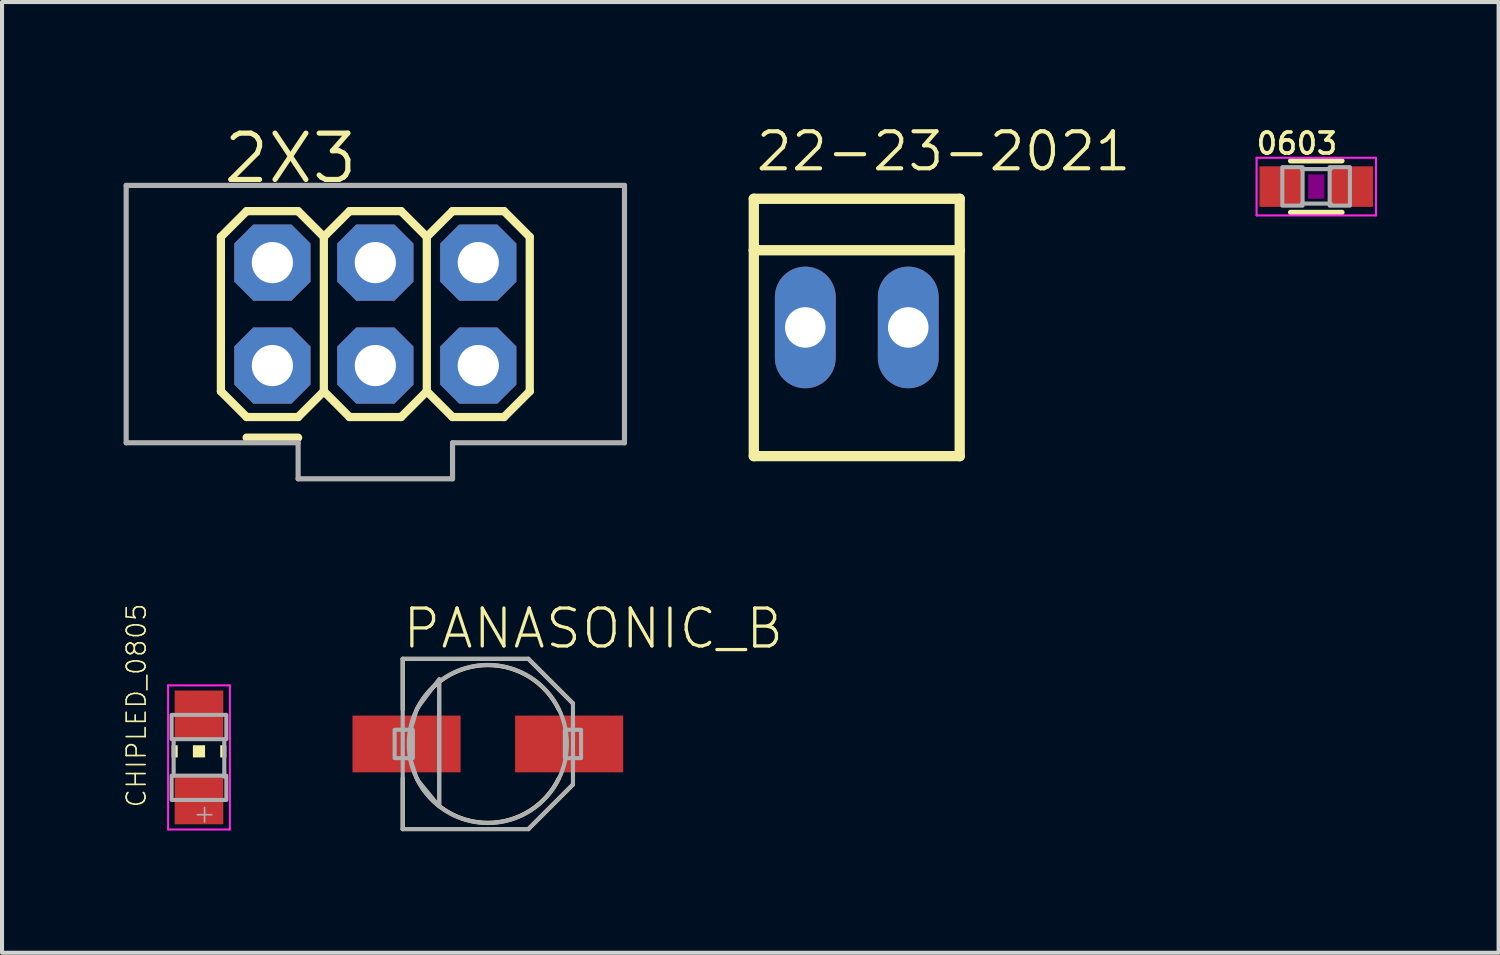
<source format=kicad_pcb>
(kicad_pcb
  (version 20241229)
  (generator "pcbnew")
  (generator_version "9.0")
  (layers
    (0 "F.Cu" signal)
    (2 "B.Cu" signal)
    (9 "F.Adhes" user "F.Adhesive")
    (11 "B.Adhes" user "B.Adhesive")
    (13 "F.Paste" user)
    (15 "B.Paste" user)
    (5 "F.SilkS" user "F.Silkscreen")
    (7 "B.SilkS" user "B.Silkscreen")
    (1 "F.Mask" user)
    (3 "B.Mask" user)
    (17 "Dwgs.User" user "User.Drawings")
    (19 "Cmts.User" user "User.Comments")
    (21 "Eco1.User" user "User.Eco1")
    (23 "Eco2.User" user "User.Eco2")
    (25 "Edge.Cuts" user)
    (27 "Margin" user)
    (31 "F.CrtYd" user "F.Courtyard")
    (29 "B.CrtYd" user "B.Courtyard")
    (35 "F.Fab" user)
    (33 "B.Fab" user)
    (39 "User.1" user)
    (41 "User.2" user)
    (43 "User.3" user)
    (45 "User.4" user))
  (footprint "2X3"
    (layer "F.Cu")
    (at 6.21 5.969)
    (property "Reference" "2X3" (at -3.81 -4.445 0) (layer "F.SilkS") (effects (font (size 1.143 1.143) (thickness 0.127)) (justify left bottom)))
    (fp_line (start -3.81 -3.175) (end -3.175 -3.81) (stroke (width 0.203) (type solid)) (layer "F.SilkS"))
    (fp_line (start -3.81 0.635) (end -3.81 -3.175) (stroke (width 0.203) (type solid)) (layer "F.SilkS"))
    (fp_line (start -3.81 0.635) (end -3.175 1.27) (stroke (width 0.203) (type solid)) (layer "F.SilkS"))
    (fp_line (start -3.175 -3.81) (end -1.905 -3.81) (stroke (width 0.203) (type solid)) (layer "F.SilkS"))
    (fp_line (start -3.175 1.27) (end -1.905 1.27) (stroke (width 0.203) (type solid)) (layer "F.SilkS"))
    (fp_line (start -1.905 -3.81) (end -1.27 -3.175) (stroke (width 0.203) (type solid)) (layer "F.SilkS"))
    (fp_line (start -1.905 1.27) (end -1.27 0.635) (stroke (width 0.203) (type solid)) (layer "F.SilkS"))
    (fp_line (start -1.905 1.778) (end -3.175 1.778) (stroke (width 0.203) (type solid)) (layer "F.SilkS"))
    (fp_line (start -1.27 -3.175) (end -1.27 0.635) (stroke (width 0.203) (type solid)) (layer "F.SilkS"))
    (fp_line (start -1.27 -3.175) (end -0.635 -3.81) (stroke (width 0.203) (type solid)) (layer "F.SilkS"))
    (fp_line (start -1.27 0.635) (end -0.635 1.27) (stroke (width 0.203) (type solid)) (layer "F.SilkS"))
    (fp_line (start -0.635 -3.81) (end 0.635 -3.81) (stroke (width 0.203) (type solid)) (layer "F.SilkS"))
    (fp_line (start -0.635 1.27) (end 0.635 1.27) (stroke (width 0.203) (type solid)) (layer "F.SilkS"))
    (fp_line (start 0.635 -3.81) (end 1.27 -3.175) (stroke (width 0.203) (type solid)) (layer "F.SilkS"))
    (fp_line (start 0.635 1.27) (end 1.27 0.635) (stroke (width 0.203) (type solid)) (layer "F.SilkS"))
    (fp_line (start 1.27 -3.175) (end 1.27 0.635) (stroke (width 0.203) (type solid)) (layer "F.SilkS"))
    (fp_line (start 1.27 -3.175) (end 1.905 -3.81) (stroke (width 0.203) (type solid)) (layer "F.SilkS"))
    (fp_line (start 1.27 0.635) (end 1.905 1.27) (stroke (width 0.203) (type solid)) (layer "F.SilkS"))
    (fp_line (start 1.905 -3.81) (end 3.175 -3.81) (stroke (width 0.203) (type solid)) (layer "F.SilkS"))
    (fp_line (start 1.905 1.27) (end 3.175 1.27) (stroke (width 0.203) (type solid)) (layer "F.SilkS"))
    (fp_line (start 3.175 -3.81) (end 3.81 -3.175) (stroke (width 0.203) (type solid)) (layer "F.SilkS"))
    (fp_line (start 3.175 1.27) (end 3.81 0.635) (stroke (width 0.203) (type solid)) (layer "F.SilkS"))
    (fp_line (start 3.81 -3.175) (end 3.81 0.635) (stroke (width 0.203) (type solid)) (layer "F.SilkS"))
    (fp_line (start -6.147 -4.445) (end 6.147 -4.445) (stroke (width 0.127) (type solid)) (layer "F.Fab"))
    (fp_line (start -6.147 1.905) (end -6.147 -4.445) (stroke (width 0.127) (type solid)) (layer "F.Fab"))
    (fp_line (start -1.905 1.905) (end -6.147 1.905) (stroke (width 0.127) (type solid)) (layer "F.Fab"))
    (fp_line (start -1.905 1.905) (end -1.905 2.794) (stroke (width 0.127) (type solid)) (layer "F.Fab"))
    (fp_line (start -1.905 2.794) (end 1.905 2.794) (stroke (width 0.127) (type solid)) (layer "F.Fab"))
    (fp_line (start 1.905 2.794) (end 1.905 1.905) (stroke (width 0.127) (type solid)) (layer "F.Fab"))
    (fp_line (start 6.147 -4.445) (end 6.147 1.905) (stroke (width 0.127) (type solid)) (layer "F.Fab"))
    (fp_line (start 6.147 1.905) (end 1.905 1.905) (stroke (width 0.127) (type solid)) (layer "F.Fab"))
    (fp_poly (pts (xy -2.794 -2.286) (xy -2.286 -2.286) (xy -2.286 -2.794) (xy -2.794 -2.794)) (stroke (width 0.1) (type solid)) (fill no) (layer "F.Fab"))
    (fp_poly (pts (xy -2.794 0.254) (xy -2.286 0.254) (xy -2.286 -0.254) (xy -2.794 -0.254)) (stroke (width 0.1) (type solid)) (fill no) (layer "F.Fab"))
    (fp_poly (pts (xy -0.254 -2.286) (xy 0.254 -2.286) (xy 0.254 -2.794) (xy -0.254 -2.794)) (stroke (width 0.1) (type solid)) (fill no) (layer "F.Fab"))
    (fp_poly (pts (xy -0.254 0.254) (xy 0.254 0.254) (xy 0.254 -0.254) (xy -0.254 -0.254)) (stroke (width 0.1) (type solid)) (fill no) (layer "F.Fab"))
    (fp_poly (pts (xy 2.286 -2.286) (xy 2.794 -2.286) (xy 2.794 -2.794) (xy 2.286 -2.794)) (stroke (width 0.1) (type solid)) (fill no) (layer "F.Fab"))
    (fp_poly (pts (xy 2.286 0.254) (xy 2.794 0.254) (xy 2.794 -0.254) (xy 2.286 -0.254)) (stroke (width 0.1) (type solid)) (fill no) (layer "F.Fab"))
    (pad "1" thru_hole roundrect (at -2.54 0) (size 1.88 1.88) (drill 1.016) (layers "*.Cu" "*.Mask") (roundrect_rratio 0.25) (chamfer_ratio 0.25) (chamfer top_left top_right bottom_left bottom_right))
    (pad "2" thru_hole roundrect (at -2.54 -2.54) (size 1.88 1.88) (drill 1.016) (layers "*.Cu" "*.Mask") (roundrect_rratio 0.25) (chamfer_ratio 0.25) (chamfer top_left top_right bottom_left bottom_right))
    (pad "3" thru_hole roundrect (at 0 0) (size 1.88 1.88) (drill 1.016) (layers "*.Cu" "*.Mask") (roundrect_rratio 0.25) (chamfer_ratio 0.25) (chamfer top_left top_right bottom_left bottom_right))
    (pad "4" thru_hole roundrect (at 0 -2.54) (size 1.88 1.88) (drill 1.016) (layers "*.Cu" "*.Mask") (roundrect_rratio 0.25) (chamfer_ratio 0.25) (chamfer top_left top_right bottom_left bottom_right))
    (pad "5" thru_hole roundrect (at 2.54 0) (size 1.88 1.88) (drill 1.016) (layers "*.Cu" "*.Mask") (roundrect_rratio 0.25) (chamfer_ratio 0.25) (chamfer top_left top_right bottom_left bottom_right))
    (pad "6" thru_hole roundrect (at 2.54 -2.54) (size 1.88 1.88) (drill 1.016) (layers "*.Cu" "*.Mask") (roundrect_rratio 0.25) (chamfer_ratio 0.25) (chamfer top_left top_right bottom_left bottom_right)))
  (footprint "CHIPLED_0805"
    (layer "F.Cu")
    (at 1.859 15.637)
    (property "Reference" "CHIPLED_0805" (at -1.27 1.27 90) (layer "F.SilkS") (effects (font (size 0.467 0.467) (thickness 0.041)) (justify left bottom)))
    (fp_poly (pts (xy -0.675 0) (xy -0.525 0) (xy -0.525 -0.3) (xy -0.675 -0.3)) (stroke (width 0) (type solid)) (fill yes) (layer "F.SilkS"))
    (fp_poly (pts (xy -0.15 0) (xy 0.15 0) (xy 0.15 -0.3) (xy -0.15 -0.3)) (stroke (width 0) (type solid)) (fill yes) (layer "F.SilkS"))
    (fp_poly (pts (xy 0.525 0) (xy 0.675 0) (xy 0.675 -0.3) (xy 0.525 -0.3)) (stroke (width 0) (type solid)) (fill yes) (layer "F.SilkS"))
    (fp_line (start -0.762 -1.778) (end 0.762 -1.778) (stroke (width 0.05) (type solid)) (layer "F.CrtYd"))
    (fp_line (start -0.762 1.778) (end -0.762 -1.778) (stroke (width 0.05) (type solid)) (layer "F.CrtYd"))
    (fp_line (start 0.762 -1.778) (end 0.762 1.778) (stroke (width 0.05) (type solid)) (layer "F.CrtYd"))
    (fp_line (start 0.762 1.778) (end -0.762 1.778) (stroke (width 0.05) (type solid)) (layer "F.CrtYd"))
    (fp_line (start -0.625 -0.45) (end -0.625 0.45) (stroke (width 0.102) (type solid)) (layer "F.Fab"))
    (fp_line (start 0.625 -0.45) (end 0.625 0.475) (stroke (width 0.102) (type solid)) (layer "F.Fab"))
    (fp_poly (pts (xy -0.675 -0.45) (xy 0.675 -0.45) (xy 0.675 -1.05) (xy -0.675 -1.05)) (stroke (width 0.1) (type solid)) (fill no) (layer "F.Fab"))
    (fp_poly (pts (xy -0.675 1.05) (xy 0.675 1.05) (xy 0.675 0.45) (xy -0.675 0.45)) (stroke (width 0.1) (type solid)) (fill no) (layer "F.Fab"))
    (fp_text user "+" (at -0.178 1.651 0) (layer "F.Fab") (effects (font (size 0.467 0.467) (thickness 0.041)) (justify left bottom)))
    (pad "A" smd rect (at 0 1.05) (size 1.2 1.2) (layers "F.Cu" "F.Mask" "F.Paste"))
    (pad "C" smd rect (at 0 -1.05) (size 1.2 1.2) (layers "F.Cu" "F.Mask" "F.Paste")))
  (footprint "PANASONIC_B"
    (layer "F.Cu")
    (at 8.986 15.305)
    (property "Reference" "PANASONIC_B" (at -2.15 -2.3 0) (layer "F.SilkS") (effects (font (size 0.935 0.935) (thickness 0.081)) (justify left bottom)))
    (fp_line (start -2.1 -2.1) (end 1 -2.1) (stroke (width 0.102) (type solid)) (layer "F.SilkS"))
    (fp_line (start -2.1 -0.85) (end -2.1 -2.1) (stroke (width 0.102) (type solid)) (layer "F.SilkS"))
    (fp_line (start -2.1 2.1) (end -2.1 0.85) (stroke (width 0.102) (type solid)) (layer "F.SilkS"))
    (fp_line (start 1 -2.1) (end 2.1 -1) (stroke (width 0.102) (type solid)) (layer "F.SilkS"))
    (fp_line (start 1 2.1) (end -2.1 2.1) (stroke (width 0.102) (type solid)) (layer "F.SilkS"))
    (fp_line (start 2.1 1) (end 1 2.1) (stroke (width 0.102) (type solid)) (layer "F.SilkS"))
    (fp_arc (start -1.75 -0.85) (mid 0 -1.945508) (end 1.75 -0.85) (stroke (width 0.1016) (type solid)) (layer "F.SilkS"))
    (fp_arc (start 1.75 0.85) (mid 0 1.945508) (end -1.75 0.85) (stroke (width 0.1016) (type solid)) (layer "F.SilkS"))
    (fp_line (start -2.1 -2.1) (end 1 -2.1) (stroke (width 0.102) (type solid)) (layer "F.Fab"))
    (fp_line (start -2.1 2.1) (end -2.1 -2.1) (stroke (width 0.102) (type solid)) (layer "F.Fab"))
    (fp_line (start -1.2 -1.5) (end -1.2 1.5) (stroke (width 0.102) (type solid)) (layer "F.Fab"))
    (fp_line (start 1 -2.1) (end 2.1 -1) (stroke (width 0.102) (type solid)) (layer "F.Fab"))
    (fp_line (start 1 2.1) (end -2.1 2.1) (stroke (width 0.102) (type solid)) (layer "F.Fab"))
    (fp_line (start 2.1 -1) (end 2.1 1) (stroke (width 0.102) (type solid)) (layer "F.Fab"))
    (fp_line (start 2.1 1) (end 1 2.1) (stroke (width 0.102) (type solid)) (layer "F.Fab"))
    (fp_circle (center 0 0) (end 1.95 0) (stroke (width 0.102) (type solid)) (fill no) (layer "F.Fab"))
    (fp_poly (pts (xy -2.3 0.35) (xy -1.85 0.35) (xy -1.85 -0.35) (xy -2.3 -0.35)) (stroke (width 0.1) (type solid)) (fill no) (layer "F.Fab"))
    (fp_poly (pts (xy 1.9 0.35) (xy 2.3 0.35) (xy 2.3 -0.35) (xy 1.9 -0.35)) (stroke (width 0.1) (type solid)) (fill no) (layer "F.Fab"))
    (fp_poly (pts (xy -1.199 1.542) (xy -1.745 0.875) (xy -1.901 0.408) (xy -1.901 -0.357) (xy -1.746 -0.873) (xy -1.199 -1.602)) (stroke (width 0.1) (type solid)) (fill no) (layer "F.Fab"))
    (pad "+" smd rect (at 2.006 0) (size 2.667 1.4) (layers "F.Cu" "F.Mask" "F.Paste"))
    (pad "-" smd rect (at -2.006 0) (size 2.667 1.4) (layers "F.Cu" "F.Mask" "F.Paste")))
  (footprint "22-23-2021"
    (layer "F.Cu")
    (at 18.088 5.029)
    (property "Reference" "22-23-2021" (at -2.54 -3.81 0) (layer "F.SilkS") (effects (font (size 0.914 0.914) (thickness 0.102)) (justify left bottom)))
    (fp_line (start -2.54 -3.175) (end 2.54 -3.175) (stroke (width 0.254) (type solid)) (layer "F.SilkS"))
    (fp_line (start -2.54 -1.905) (end -2.54 -3.175) (stroke (width 0.254) (type solid)) (layer "F.SilkS"))
    (fp_line (start -2.54 -1.905) (end 2.54 -1.905) (stroke (width 0.254) (type solid)) (layer "F.SilkS"))
    (fp_line (start -2.54 3.175) (end -2.54 -1.905) (stroke (width 0.254) (type solid)) (layer "F.SilkS"))
    (fp_line (start 2.54 -3.175) (end 2.54 -1.905) (stroke (width 0.254) (type solid)) (layer "F.SilkS"))
    (fp_line (start 2.54 -1.905) (end 2.54 3.175) (stroke (width 0.254) (type solid)) (layer "F.SilkS"))
    (fp_line (start 2.54 3.175) (end -2.54 3.175) (stroke (width 0.254) (type solid)) (layer "F.SilkS"))
    (pad "1" thru_hole oval (at -1.27 0 90) (size 3 1.5) (drill 1) (layers "*.Cu" "*.Mask"))
    (pad "2" thru_hole oval (at 1.27 0 90) (size 3 1.5) (drill 1) (layers "*.Cu" "*.Mask")))
  (footprint "0603"
    (layer "F.Cu")
    (at 29.425 1.554)
    (property "Reference" "0603" (at -1.524 -0.762 0) (layer "F.SilkS") (effects (font (size 0.518 0.518) (thickness 0.091)) (justify left bottom)))
    (fp_line (start -0.635 -0.635) (end 0.635 -0.635) (stroke (width 0.127) (type solid)) (layer "F.SilkS"))
    (fp_line (start -0.635 0.635) (end 0.635 0.635) (stroke (width 0.127) (type solid)) (layer "F.SilkS"))
    (fp_poly (pts (xy -0.2 0.3) (xy 0.2 0.3) (xy 0.2 -0.3) (xy -0.2 -0.3)) (stroke (width 0) (type solid)) (fill yes) (layer "F.Adhes"))
    (fp_line (start -1.473 -0.711) (end 1.473 -0.711) (stroke (width 0.051) (type solid)) (layer "F.CrtYd"))
    (fp_line (start -1.473 0.711) (end -1.473 -0.711) (stroke (width 0.051) (type solid)) (layer "F.CrtYd"))
    (fp_line (start 1.473 -0.711) (end 1.473 0.711) (stroke (width 0.051) (type solid)) (layer "F.CrtYd"))
    (fp_line (start 1.473 0.711) (end -1.473 0.711) (stroke (width 0.051) (type solid)) (layer "F.CrtYd"))
    (fp_line (start -0.356 -0.432) (end 0.356 -0.432) (stroke (width 0.102) (type solid)) (layer "F.Fab"))
    (fp_line (start -0.356 0.419) (end 0.356 0.419) (stroke (width 0.102) (type solid)) (layer "F.Fab"))
    (fp_poly (pts (xy -0.838 0.47) (xy -0.338 0.47) (xy -0.338 -0.48) (xy -0.838 -0.48)) (stroke (width 0.1) (type solid)) (fill no) (layer "F.Fab"))
    (fp_poly (pts (xy 0.33 0.47) (xy 0.83 0.47) (xy 0.83 -0.48) (xy 0.33 -0.48)) (stroke (width 0.1) (type solid)) (fill no) (layer "F.Fab"))
    (pad "1" smd rect (at -0.85 0) (size 1.1 1) (layers "F.Cu" "F.Mask" "F.Paste"))
    (pad "2" smd rect (at 0.85 0) (size 1.1 1) (layers "F.Cu" "F.Mask" "F.Paste")))
  (gr_rect
    (start -3 -3)
    (end 33.923 20.456)
    (stroke (width 0.1) (type default))
    (fill no)
    (layer "Edge.Cuts")))
</source>
